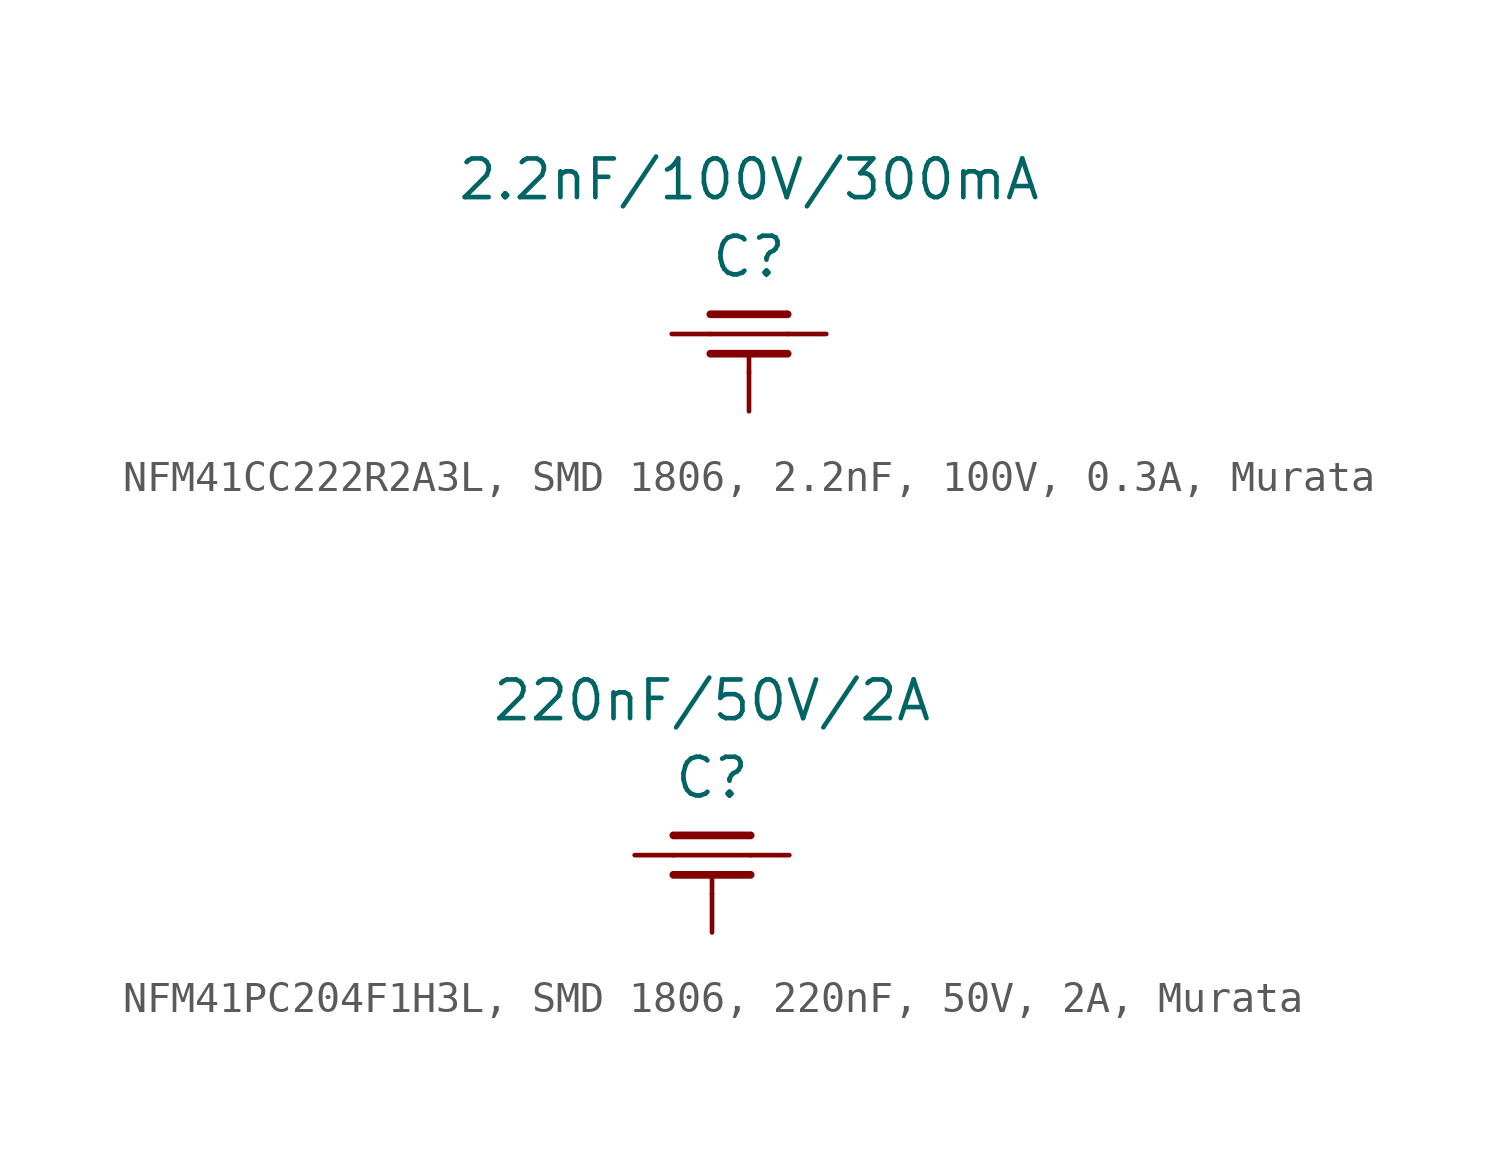
<source format=kicad_sym>
(kicad_symbol_lib
  (version 20241209)
  (generator "kicad_symbol_editor")
  (generator_version "9.0")
  (symbol "NFM41CC222R2A3L, SMD 1806, 2.2nF, 100V, 0.3A, Murata"
    (pin_numbers
      (hide yes))
    (pin_names
      (offset 0)
      (hide yes))
    (property "Reference" "C"
      (at 0 2.54 0)
      (effects (font (size 1.27 1.27))))
    (property "Value" "2.2nF/100V/300mA"
      (at 0 5.08 0)
      (effects (font (size 1.27 1.27))))
    (symbol "NFM41CC222R2A3L, SMD 1806, 2.2nF, 100V, 0.3A, Murata_0_1"
      (polyline (pts (xy -1.27 0.648) (xy 1.27 0.648)) (stroke (width 0.254) (type default)) (fill (type none)))
      (polyline (pts (xy -1.27 0) (xy 1.27 0)) (stroke (width 0) (type default)) (fill (type none)))
      (polyline (pts (xy -1.27 -0.648) (xy 1.27 -0.648)) (stroke (width 0.254) (type default)) (fill (type none)))
      (polyline (pts (xy 0 -0.635) (xy 0 -1.27)) (stroke (width 0) (type default)) (fill (type none))))
    (symbol "NFM41CC222R2A3L, SMD 1806, 2.2nF, 100V, 0.3A, Murata_1_1"
      (pin passive line (at -2.54 0 0) (length 1.27) (name "1" (effects (font (size 1.27 1.27)))) (number "1" (effects (font (size 1.27 1.27)))))
      (pin passive line (at 0 -2.54 90) (length 1.27) (name "2" (effects (font (size 1.27 1.27)))) (number "2" (effects (font (size 1.27 1.27)))))
      (pin passive line (at 2.54 0 180) (length 1.27) (name "3" (effects (font (size 1.27 1.27)))) (number "3" (effects (font (size 1.27 1.27)))))))
  (symbol "NFM41PC204F1H3L, SMD 1806, 220nF, 50V, 2A, Murata"
    (pin_numbers
      (hide yes))
    (pin_names
      (offset 0)
      (hide yes))
    (property "Reference" "C"
      (at 0 2.54 0)
      (effects (font (size 1.27 1.27))))
    (property "Value" "220nF/50V/2A"
      (at 0 5.08 0)
      (effects (font (size 1.27 1.27))))
    (symbol "NFM41PC204F1H3L, SMD 1806, 220nF, 50V, 2A, Murata_0_1"
      (polyline (pts (xy -1.27 0.648) (xy 1.27 0.648)) (stroke (width 0.254) (type default)) (fill (type none)))
      (polyline (pts (xy -1.27 0) (xy 1.27 0)) (stroke (width 0) (type default)) (fill (type none)))
      (polyline (pts (xy -1.27 -0.648) (xy 1.27 -0.648)) (stroke (width 0.254) (type default)) (fill (type none)))
      (polyline (pts (xy 0 -0.635) (xy 0 -1.27)) (stroke (width 0) (type default)) (fill (type none))))
    (symbol "NFM41PC204F1H3L, SMD 1806, 220nF, 50V, 2A, Murata_1_1"
      (pin passive line (at -2.54 0 0) (length 1.27) (name "1" (effects (font (size 1.27 1.27)))) (number "1" (effects (font (size 1.27 1.27)))))
      (pin passive line (at 0 -2.54 90) (length 1.27) (name "2" (effects (font (size 1.27 1.27)))) (number "2" (effects (font (size 1.27 1.27)))))
      (pin passive line (at 2.54 0 180) (length 1.27) (name "3" (effects (font (size 1.27 1.27)))) (number "3" (effects (font (size 1.27 1.27))))))))
</source>
